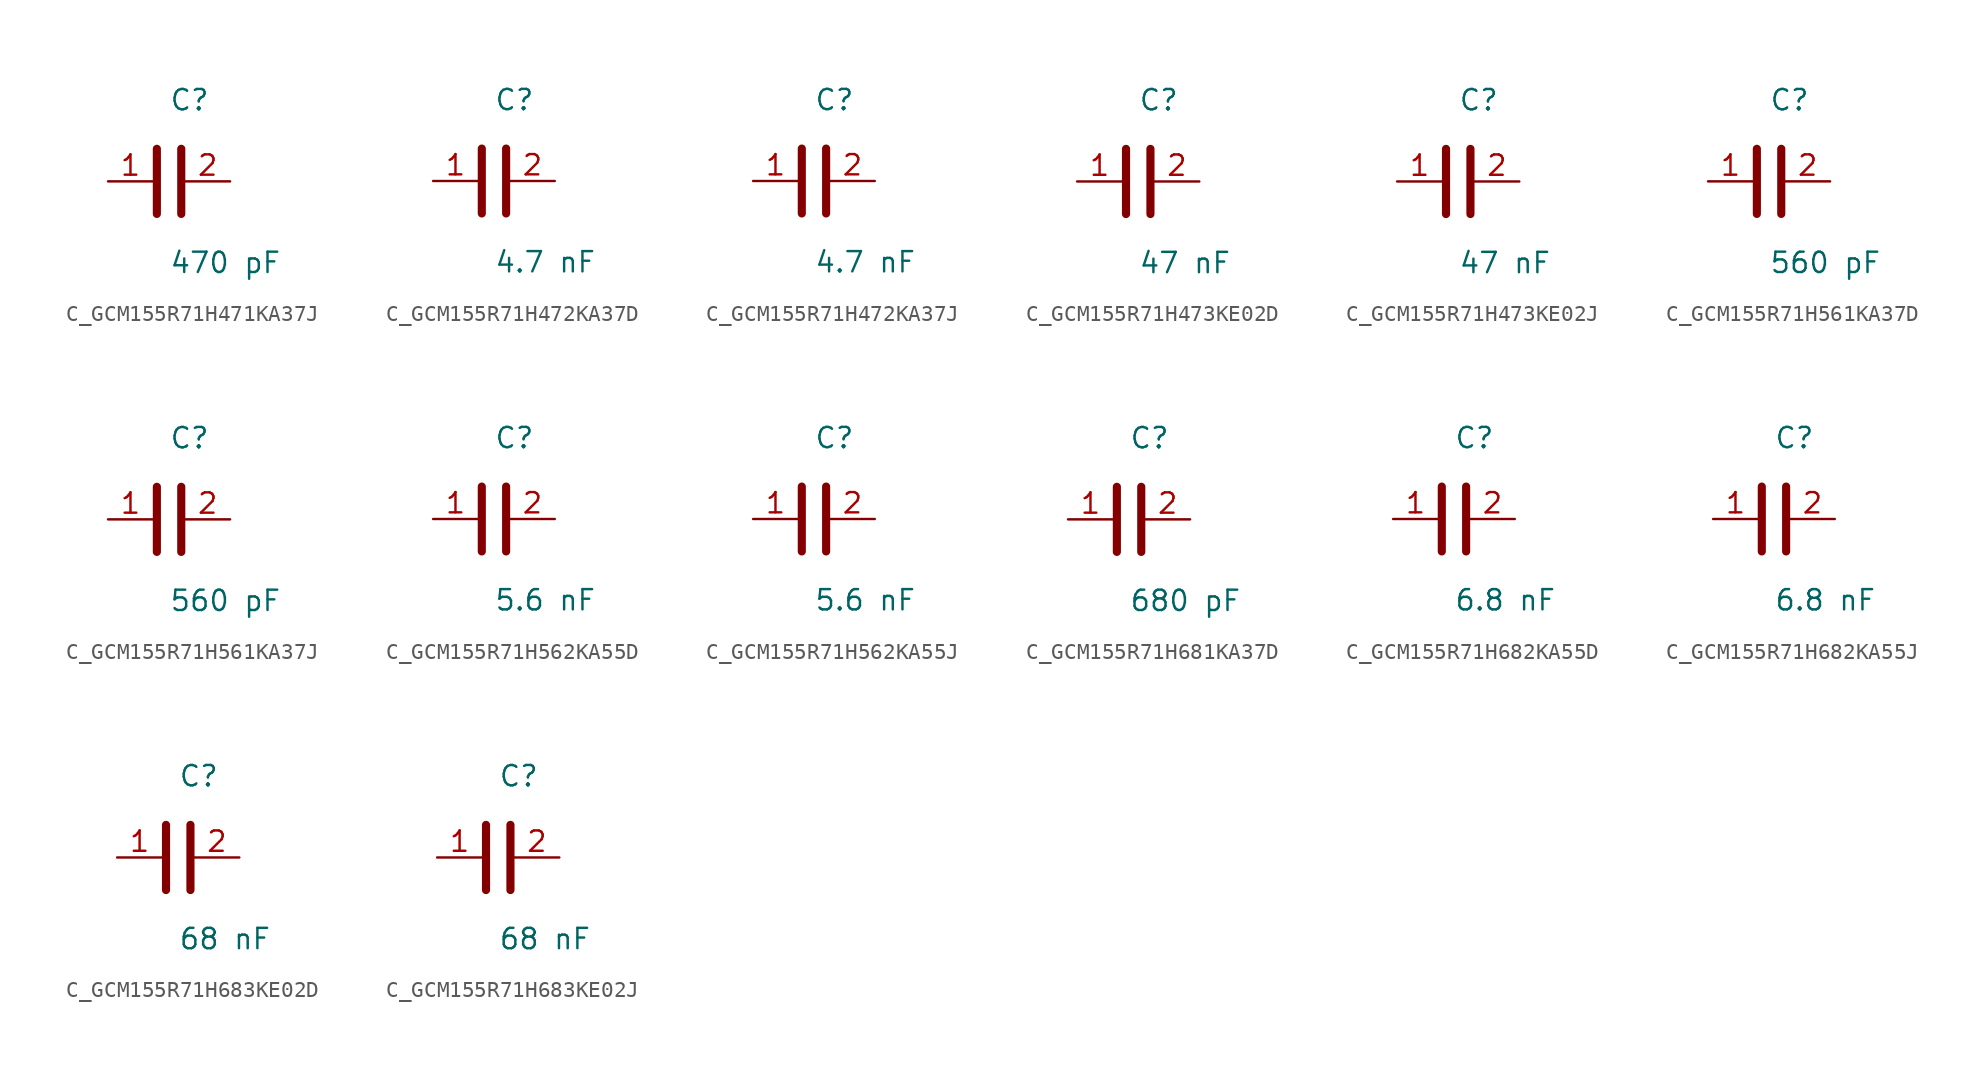
<source format=kicad_sym>
(kicad_symbol_lib
  (version 20231120)
  (generator kicad_symbol_editor)
  (generator_version 8.0)
  (symbol "C_GCM155R71H471KA37J"
    (pin_names
      (offset 0.254))
    (property "Reference" "C"
      (at 0 5.08 0)
      (effects (font (size 1.27 1.27)) (justify left)))
    (property "Value" "470 pF"
      (at 0 -5.08 0)
      (effects (font (size 1.27 1.27)) (justify left)))
    (symbol "C_GCM155R71H471KA37J_0_1"
      (polyline (pts (xy -0.762 -2.032) (xy -0.762 2.032)) (stroke (width 0.508) (type default)) (fill (type none)))
      (polyline (pts (xy 0.762 -2.032) (xy 0.762 2.032)) (stroke (width 0.508) (type default)) (fill (type none))))
    (pin unspecified line
      (at -3.81 0 0)
      (length 2.8)
      (name "" (effects (font (size 1.27 1.27))))
      (number "1" (effects (font (size 1.27 1.27)))))
    (pin unspecified line
      (at 3.81 0 180)
      (length 2.8)
      (name "" (effects (font (size 1.27 1.27))))
      (number "2" (effects (font (size 1.27 1.27))))))
  (symbol "C_GCM155R71H472KA37D"
    (pin_names
      (offset 0.254))
    (property "Reference" "C"
      (at 0 5.08 0)
      (effects (font (size 1.27 1.27)) (justify left)))
    (property "Value" "4.7 nF"
      (at 0 -5.08 0)
      (effects (font (size 1.27 1.27)) (justify left)))
    (symbol "C_GCM155R71H472KA37D_0_1"
      (polyline (pts (xy -0.762 -2.032) (xy -0.762 2.032)) (stroke (width 0.508) (type default)) (fill (type none)))
      (polyline (pts (xy 0.762 -2.032) (xy 0.762 2.032)) (stroke (width 0.508) (type default)) (fill (type none))))
    (pin unspecified line
      (at -3.81 0 0)
      (length 2.8)
      (name "" (effects (font (size 1.27 1.27))))
      (number "1" (effects (font (size 1.27 1.27)))))
    (pin unspecified line
      (at 3.81 0 180)
      (length 2.8)
      (name "" (effects (font (size 1.27 1.27))))
      (number "2" (effects (font (size 1.27 1.27))))))
  (symbol "C_GCM155R71H472KA37J"
    (pin_names
      (offset 0.254))
    (property "Reference" "C"
      (at 0 5.08 0)
      (effects (font (size 1.27 1.27)) (justify left)))
    (property "Value" "4.7 nF"
      (at 0 -5.08 0)
      (effects (font (size 1.27 1.27)) (justify left)))
    (symbol "C_GCM155R71H472KA37J_0_1"
      (polyline (pts (xy -0.762 -2.032) (xy -0.762 2.032)) (stroke (width 0.508) (type default)) (fill (type none)))
      (polyline (pts (xy 0.762 -2.032) (xy 0.762 2.032)) (stroke (width 0.508) (type default)) (fill (type none))))
    (pin unspecified line
      (at -3.81 0 0)
      (length 2.8)
      (name "" (effects (font (size 1.27 1.27))))
      (number "1" (effects (font (size 1.27 1.27)))))
    (pin unspecified line
      (at 3.81 0 180)
      (length 2.8)
      (name "" (effects (font (size 1.27 1.27))))
      (number "2" (effects (font (size 1.27 1.27))))))
  (symbol "C_GCM155R71H473KE02D"
    (pin_names
      (offset 0.254))
    (property "Reference" "C"
      (at 0 5.08 0)
      (effects (font (size 1.27 1.27)) (justify left)))
    (property "Value" "47 nF"
      (at 0 -5.08 0)
      (effects (font (size 1.27 1.27)) (justify left)))
    (symbol "C_GCM155R71H473KE02D_0_1"
      (polyline (pts (xy -0.762 -2.032) (xy -0.762 2.032)) (stroke (width 0.508) (type default)) (fill (type none)))
      (polyline (pts (xy 0.762 -2.032) (xy 0.762 2.032)) (stroke (width 0.508) (type default)) (fill (type none))))
    (pin unspecified line
      (at -3.81 0 0)
      (length 2.8)
      (name "" (effects (font (size 1.27 1.27))))
      (number "1" (effects (font (size 1.27 1.27)))))
    (pin unspecified line
      (at 3.81 0 180)
      (length 2.8)
      (name "" (effects (font (size 1.27 1.27))))
      (number "2" (effects (font (size 1.27 1.27))))))
  (symbol "C_GCM155R71H473KE02J"
    (pin_names
      (offset 0.254))
    (property "Reference" "C"
      (at 0 5.08 0)
      (effects (font (size 1.27 1.27)) (justify left)))
    (property "Value" "47 nF"
      (at 0 -5.08 0)
      (effects (font (size 1.27 1.27)) (justify left)))
    (symbol "C_GCM155R71H473KE02J_0_1"
      (polyline (pts (xy -0.762 -2.032) (xy -0.762 2.032)) (stroke (width 0.508) (type default)) (fill (type none)))
      (polyline (pts (xy 0.762 -2.032) (xy 0.762 2.032)) (stroke (width 0.508) (type default)) (fill (type none))))
    (pin unspecified line
      (at -3.81 0 0)
      (length 2.8)
      (name "" (effects (font (size 1.27 1.27))))
      (number "1" (effects (font (size 1.27 1.27)))))
    (pin unspecified line
      (at 3.81 0 180)
      (length 2.8)
      (name "" (effects (font (size 1.27 1.27))))
      (number "2" (effects (font (size 1.27 1.27))))))
  (symbol "C_GCM155R71H561KA37D"
    (pin_names
      (offset 0.254))
    (property "Reference" "C"
      (at 0 5.08 0)
      (effects (font (size 1.27 1.27)) (justify left)))
    (property "Value" "560 pF"
      (at 0 -5.08 0)
      (effects (font (size 1.27 1.27)) (justify left)))
    (symbol "C_GCM155R71H561KA37D_0_1"
      (polyline (pts (xy -0.762 -2.032) (xy -0.762 2.032)) (stroke (width 0.508) (type default)) (fill (type none)))
      (polyline (pts (xy 0.762 -2.032) (xy 0.762 2.032)) (stroke (width 0.508) (type default)) (fill (type none))))
    (pin unspecified line
      (at -3.81 0 0)
      (length 2.8)
      (name "" (effects (font (size 1.27 1.27))))
      (number "1" (effects (font (size 1.27 1.27)))))
    (pin unspecified line
      (at 3.81 0 180)
      (length 2.8)
      (name "" (effects (font (size 1.27 1.27))))
      (number "2" (effects (font (size 1.27 1.27))))))
  (symbol "C_GCM155R71H561KA37J"
    (pin_names
      (offset 0.254))
    (property "Reference" "C"
      (at 0 5.08 0)
      (effects (font (size 1.27 1.27)) (justify left)))
    (property "Value" "560 pF"
      (at 0 -5.08 0)
      (effects (font (size 1.27 1.27)) (justify left)))
    (symbol "C_GCM155R71H561KA37J_0_1"
      (polyline (pts (xy -0.762 -2.032) (xy -0.762 2.032)) (stroke (width 0.508) (type default)) (fill (type none)))
      (polyline (pts (xy 0.762 -2.032) (xy 0.762 2.032)) (stroke (width 0.508) (type default)) (fill (type none))))
    (pin unspecified line
      (at -3.81 0 0)
      (length 2.8)
      (name "" (effects (font (size 1.27 1.27))))
      (number "1" (effects (font (size 1.27 1.27)))))
    (pin unspecified line
      (at 3.81 0 180)
      (length 2.8)
      (name "" (effects (font (size 1.27 1.27))))
      (number "2" (effects (font (size 1.27 1.27))))))
  (symbol "C_GCM155R71H562KA55D"
    (pin_names
      (offset 0.254))
    (property "Reference" "C"
      (at 0 5.08 0)
      (effects (font (size 1.27 1.27)) (justify left)))
    (property "Value" "5.6 nF"
      (at 0 -5.08 0)
      (effects (font (size 1.27 1.27)) (justify left)))
    (symbol "C_GCM155R71H562KA55D_0_1"
      (polyline (pts (xy -0.762 -2.032) (xy -0.762 2.032)) (stroke (width 0.508) (type default)) (fill (type none)))
      (polyline (pts (xy 0.762 -2.032) (xy 0.762 2.032)) (stroke (width 0.508) (type default)) (fill (type none))))
    (pin unspecified line
      (at -3.81 0 0)
      (length 2.8)
      (name "" (effects (font (size 1.27 1.27))))
      (number "1" (effects (font (size 1.27 1.27)))))
    (pin unspecified line
      (at 3.81 0 180)
      (length 2.8)
      (name "" (effects (font (size 1.27 1.27))))
      (number "2" (effects (font (size 1.27 1.27))))))
  (symbol "C_GCM155R71H562KA55J"
    (pin_names
      (offset 0.254))
    (property "Reference" "C"
      (at 0 5.08 0)
      (effects (font (size 1.27 1.27)) (justify left)))
    (property "Value" "5.6 nF"
      (at 0 -5.08 0)
      (effects (font (size 1.27 1.27)) (justify left)))
    (symbol "C_GCM155R71H562KA55J_0_1"
      (polyline (pts (xy -0.762 -2.032) (xy -0.762 2.032)) (stroke (width 0.508) (type default)) (fill (type none)))
      (polyline (pts (xy 0.762 -2.032) (xy 0.762 2.032)) (stroke (width 0.508) (type default)) (fill (type none))))
    (pin unspecified line
      (at -3.81 0 0)
      (length 2.8)
      (name "" (effects (font (size 1.27 1.27))))
      (number "1" (effects (font (size 1.27 1.27)))))
    (pin unspecified line
      (at 3.81 0 180)
      (length 2.8)
      (name "" (effects (font (size 1.27 1.27))))
      (number "2" (effects (font (size 1.27 1.27))))))
  (symbol "C_GCM155R71H681KA37D"
    (pin_names
      (offset 0.254))
    (property "Reference" "C"
      (at 0 5.08 0)
      (effects (font (size 1.27 1.27)) (justify left)))
    (property "Value" "680 pF"
      (at 0 -5.08 0)
      (effects (font (size 1.27 1.27)) (justify left)))
    (symbol "C_GCM155R71H681KA37D_0_1"
      (polyline (pts (xy -0.762 -2.032) (xy -0.762 2.032)) (stroke (width 0.508) (type default)) (fill (type none)))
      (polyline (pts (xy 0.762 -2.032) (xy 0.762 2.032)) (stroke (width 0.508) (type default)) (fill (type none))))
    (pin unspecified line
      (at -3.81 0 0)
      (length 2.8)
      (name "" (effects (font (size 1.27 1.27))))
      (number "1" (effects (font (size 1.27 1.27)))))
    (pin unspecified line
      (at 3.81 0 180)
      (length 2.8)
      (name "" (effects (font (size 1.27 1.27))))
      (number "2" (effects (font (size 1.27 1.27))))))
  (symbol "C_GCM155R71H682KA55D"
    (pin_names
      (offset 0.254))
    (property "Reference" "C"
      (at 0 5.08 0)
      (effects (font (size 1.27 1.27)) (justify left)))
    (property "Value" "6.8 nF"
      (at 0 -5.08 0)
      (effects (font (size 1.27 1.27)) (justify left)))
    (symbol "C_GCM155R71H682KA55D_0_1"
      (polyline (pts (xy -0.762 -2.032) (xy -0.762 2.032)) (stroke (width 0.508) (type default)) (fill (type none)))
      (polyline (pts (xy 0.762 -2.032) (xy 0.762 2.032)) (stroke (width 0.508) (type default)) (fill (type none))))
    (pin unspecified line
      (at -3.81 0 0)
      (length 2.8)
      (name "" (effects (font (size 1.27 1.27))))
      (number "1" (effects (font (size 1.27 1.27)))))
    (pin unspecified line
      (at 3.81 0 180)
      (length 2.8)
      (name "" (effects (font (size 1.27 1.27))))
      (number "2" (effects (font (size 1.27 1.27))))))
  (symbol "C_GCM155R71H682KA55J"
    (pin_names
      (offset 0.254))
    (property "Reference" "C"
      (at 0 5.08 0)
      (effects (font (size 1.27 1.27)) (justify left)))
    (property "Value" "6.8 nF"
      (at 0 -5.08 0)
      (effects (font (size 1.27 1.27)) (justify left)))
    (symbol "C_GCM155R71H682KA55J_0_1"
      (polyline (pts (xy -0.762 -2.032) (xy -0.762 2.032)) (stroke (width 0.508) (type default)) (fill (type none)))
      (polyline (pts (xy 0.762 -2.032) (xy 0.762 2.032)) (stroke (width 0.508) (type default)) (fill (type none))))
    (pin unspecified line
      (at -3.81 0 0)
      (length 2.8)
      (name "" (effects (font (size 1.27 1.27))))
      (number "1" (effects (font (size 1.27 1.27)))))
    (pin unspecified line
      (at 3.81 0 180)
      (length 2.8)
      (name "" (effects (font (size 1.27 1.27))))
      (number "2" (effects (font (size 1.27 1.27))))))
  (symbol "C_GCM155R71H683KE02D"
    (pin_names
      (offset 0.254))
    (property "Reference" "C"
      (at 0 5.08 0)
      (effects (font (size 1.27 1.27)) (justify left)))
    (property "Value" "68 nF"
      (at 0 -5.08 0)
      (effects (font (size 1.27 1.27)) (justify left)))
    (symbol "C_GCM155R71H683KE02D_0_1"
      (polyline (pts (xy -0.762 -2.032) (xy -0.762 2.032)) (stroke (width 0.508) (type default)) (fill (type none)))
      (polyline (pts (xy 0.762 -2.032) (xy 0.762 2.032)) (stroke (width 0.508) (type default)) (fill (type none))))
    (pin unspecified line
      (at -3.81 0 0)
      (length 2.8)
      (name "" (effects (font (size 1.27 1.27))))
      (number "1" (effects (font (size 1.27 1.27)))))
    (pin unspecified line
      (at 3.81 0 180)
      (length 2.8)
      (name "" (effects (font (size 1.27 1.27))))
      (number "2" (effects (font (size 1.27 1.27))))))
  (symbol "C_GCM155R71H683KE02J"
    (pin_names
      (offset 0.254))
    (property "Reference" "C"
      (at 0 5.08 0)
      (effects (font (size 1.27 1.27)) (justify left)))
    (property "Value" "68 nF"
      (at 0 -5.08 0)
      (effects (font (size 1.27 1.27)) (justify left)))
    (symbol "C_GCM155R71H683KE02J_0_1"
      (polyline (pts (xy -0.762 -2.032) (xy -0.762 2.032)) (stroke (width 0.508) (type default)) (fill (type none)))
      (polyline (pts (xy 0.762 -2.032) (xy 0.762 2.032)) (stroke (width 0.508) (type default)) (fill (type none))))
    (pin unspecified line
      (at -3.81 0 0)
      (length 2.8)
      (name "" (effects (font (size 1.27 1.27))))
      (number "1" (effects (font (size 1.27 1.27)))))
    (pin unspecified line
      (at 3.81 0 180)
      (length 2.8)
      (name "" (effects (font (size 1.27 1.27))))
      (number "2" (effects (font (size 1.27 1.27)))))))
</source>
